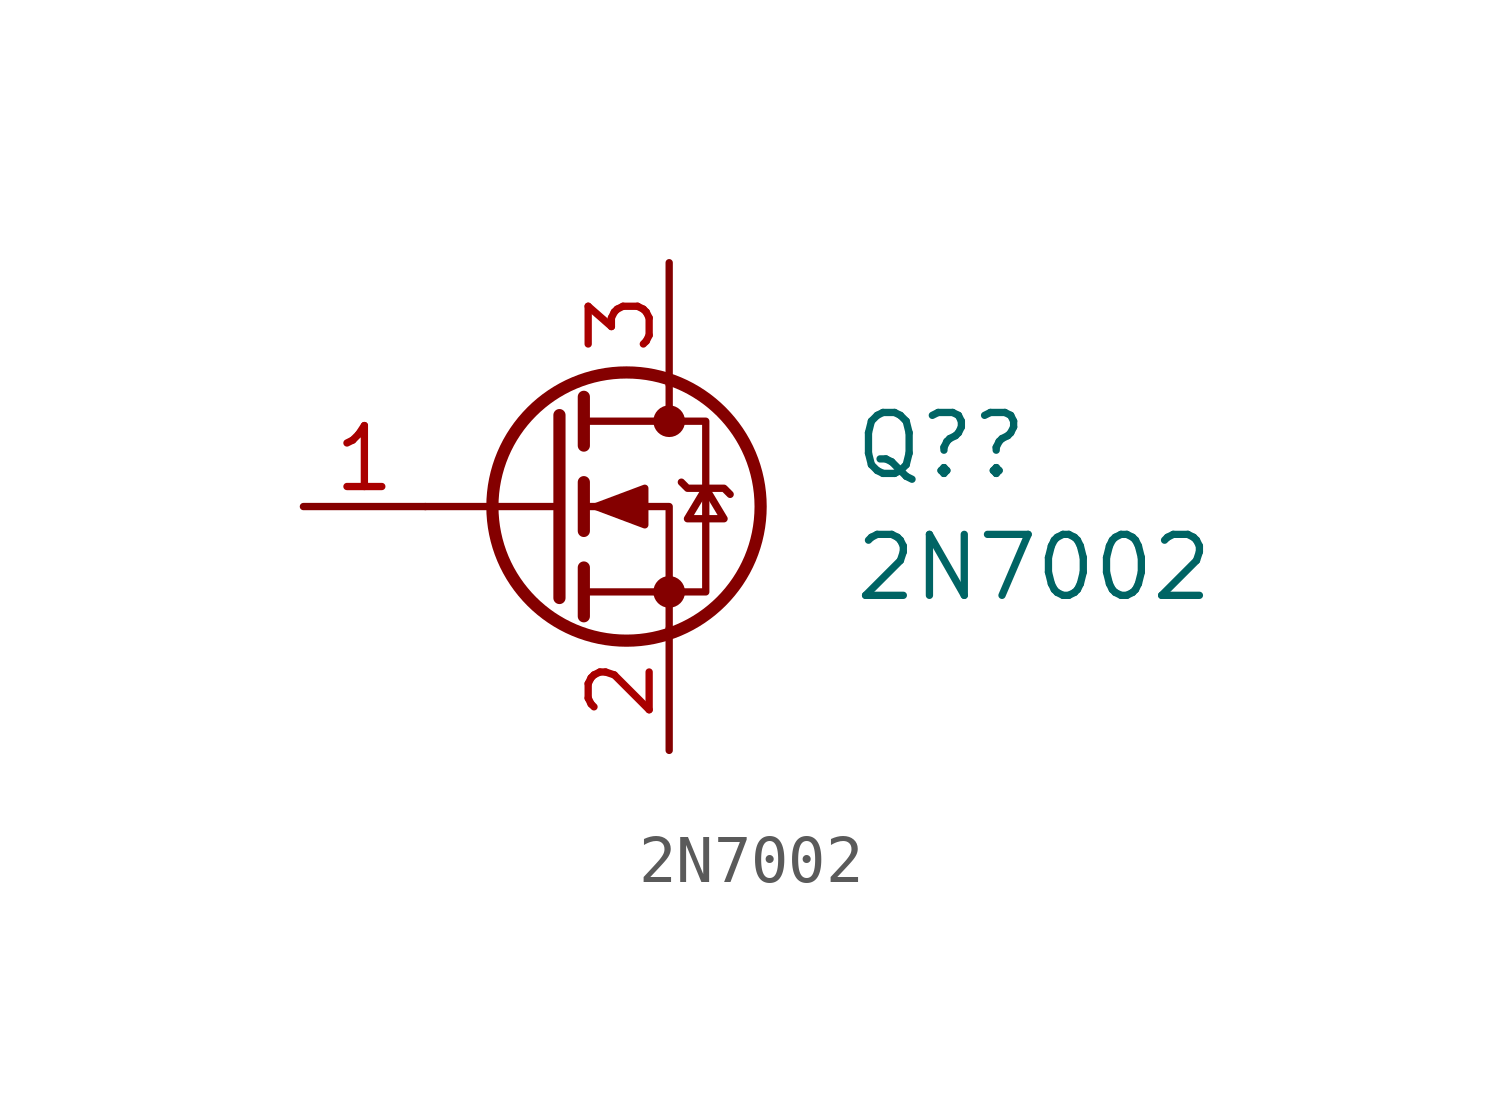
<source format=kicad_sym>
(kicad_symbol_lib
  (version 20220914)
  (generator kicad_symbol_editor)
  (symbol "2N7002"
    (pin_names hide)
    (property "Reference" "Q?"
      (at 6.35 1.27 0)
      (effects (font (size 1.27 1.27)) (justify left)))
    (property "Value" "2N7002"
      (at 6.35 -1.27 0)
      (effects (font (size 1.27 1.27)) (justify left)))
    (symbol "2N7002_0_1"
      (polyline (pts (xy 0.254 0) (xy -2.54 0)) (stroke (width 0) (type default)) (fill (type none)))
      (polyline (pts (xy 0.254 1.905) (xy 0.254 -1.905)) (stroke (width 0.254) (type default)) (fill (type none)))
      (polyline (pts (xy 0.762 -1.27) (xy 0.762 -2.286)) (stroke (width 0.254) (type default)) (fill (type none)))
      (polyline (pts (xy 0.762 0.508) (xy 0.762 -0.508)) (stroke (width 0.254) (type default)) (fill (type none)))
      (polyline (pts (xy 0.762 2.286) (xy 0.762 1.27)) (stroke (width 0.254) (type default)) (fill (type none)))
      (polyline (pts (xy 2.54 2.54) (xy 2.54 1.778)) (stroke (width 0) (type default)) (fill (type none)))
      (polyline (pts (xy 2.54 -2.54) (xy 2.54 0) (xy 0.762 0)) (stroke (width 0) (type default)) (fill (type none)))
      (polyline (pts (xy 0.762 -1.778) (xy 3.302 -1.778) (xy 3.302 1.778) (xy 0.762 1.778)) (stroke (width 0) (type default)) (fill (type none)))
      (polyline (pts (xy 1.016 0) (xy 2.032 0.381) (xy 2.032 -0.381) (xy 1.016 0)) (stroke (width 0) (type default)) (fill (type outline)))
      (polyline (pts (xy 2.794 0.508) (xy 2.921 0.381) (xy 3.683 0.381) (xy 3.81 0.254)) (stroke (width 0) (type default)) (fill (type none)))
      (polyline (pts (xy 3.302 0.381) (xy 2.921 -0.254) (xy 3.683 -0.254) (xy 3.302 0.381)) (stroke (width 0) (type default)) (fill (type none)))
      (circle (center 1.651 0) (radius 2.794) (stroke (width 0.254) (type default)) (fill (type none)))
      (circle (center 2.54 -1.778) (radius 0.254) (stroke (width 0) (type default)) (fill (type outline)))
      (circle (center 2.54 1.778) (radius 0.254) (stroke (width 0) (type default)) (fill (type outline))))
    (symbol "2N7002_1_1"
      (pin input line (at -5.08 0 0) (length 2.54) (name "G" (effects (font (size 1.27 1.27)))) (number "1" (effects (font (size 1.27 1.27)))))
      (pin passive line (at 2.54 -5.08 90) (length 2.54) (name "S" (effects (font (size 1.27 1.27)))) (number "2" (effects (font (size 1.27 1.27)))))
      (pin passive line (at 2.54 5.08 270) (length 2.54) (name "D" (effects (font (size 1.27 1.27)))) (number "3" (effects (font (size 1.27 1.27))))))))
</source>
